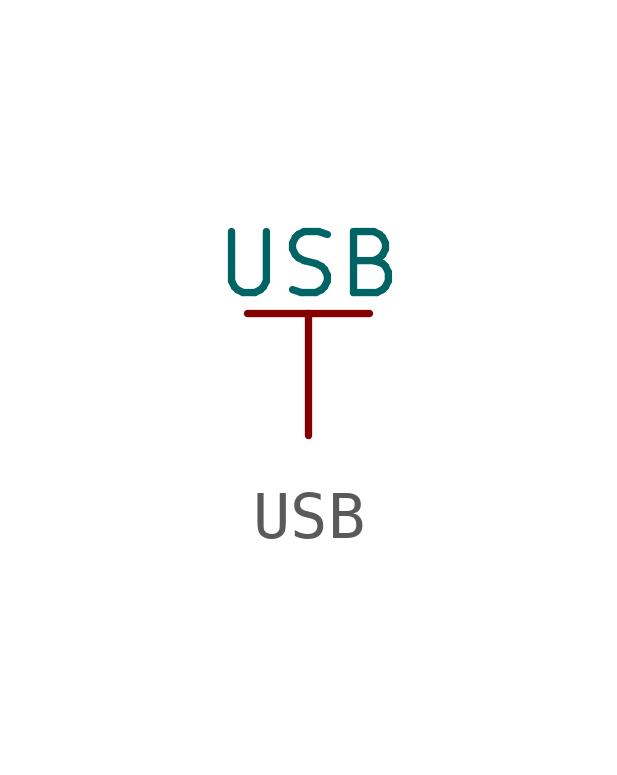
<source format=kicad_sym>
(kicad_symbol_lib
  (version 20231120)
  (generator "kicad_symbol_editor")
  (generator_version "8.0")
  (symbol "USB"
    (power)
    (pin_names
      (offset 0))
    (property "Reference" "#PWR"
      (at 0 -3.81 0)
      (effects (font (size 1.27 1.27)) (hide yes)))
    (property "Value" "USB"
      (at 0 3.556 0)
      (effects (font (size 1.27 1.27))))
    (symbol "USB_0_1"
      (polyline (pts (xy -1.27 2.54) (xy 0 2.54)) (stroke (width 0) (type default)) (fill (type none)))
      (polyline (pts (xy 0 0) (xy 0 2.54)) (stroke (width 0) (type default)) (fill (type none)))
      (polyline (pts (xy 0 2.54) (xy 1.27 2.54)) (stroke (width 0) (type default)) (fill (type none))))
    (symbol "USB_1_1"
      (pin power_in line (at 0 0 90) (length 0) hide (name "USB" (effects (font (size 1.27 1.27)))) (number "1" (effects (font (size 1.27 1.27))))))))
</source>
